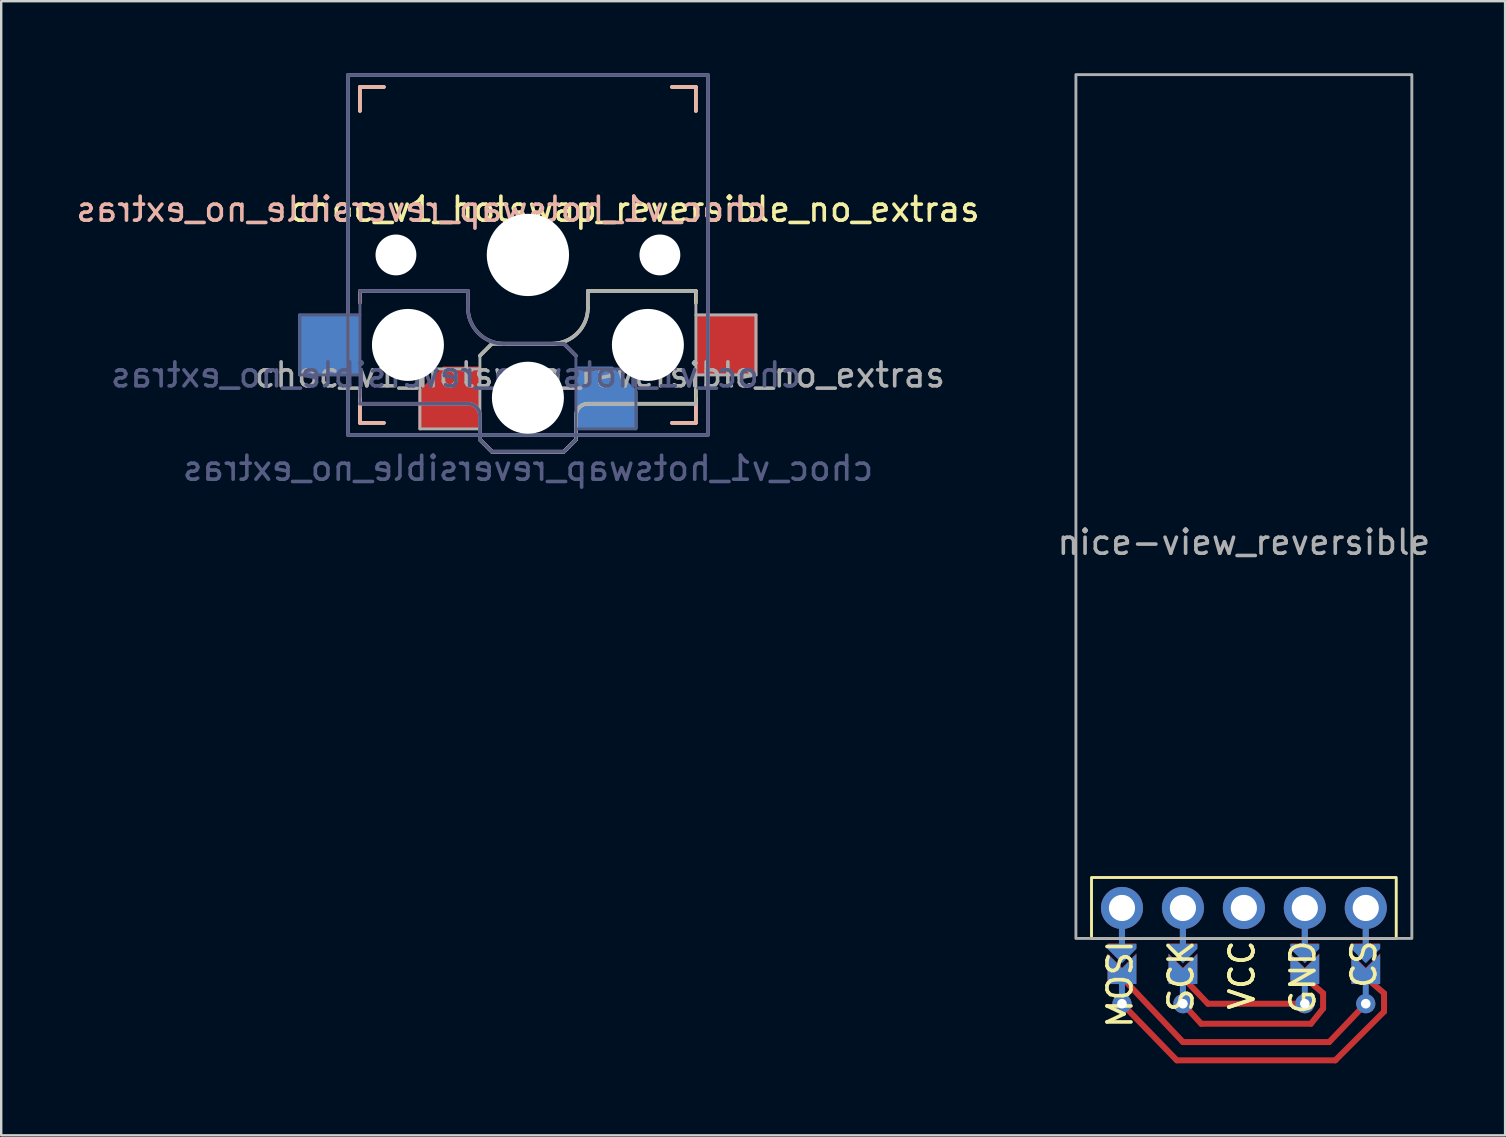
<source format=kicad_pcb>
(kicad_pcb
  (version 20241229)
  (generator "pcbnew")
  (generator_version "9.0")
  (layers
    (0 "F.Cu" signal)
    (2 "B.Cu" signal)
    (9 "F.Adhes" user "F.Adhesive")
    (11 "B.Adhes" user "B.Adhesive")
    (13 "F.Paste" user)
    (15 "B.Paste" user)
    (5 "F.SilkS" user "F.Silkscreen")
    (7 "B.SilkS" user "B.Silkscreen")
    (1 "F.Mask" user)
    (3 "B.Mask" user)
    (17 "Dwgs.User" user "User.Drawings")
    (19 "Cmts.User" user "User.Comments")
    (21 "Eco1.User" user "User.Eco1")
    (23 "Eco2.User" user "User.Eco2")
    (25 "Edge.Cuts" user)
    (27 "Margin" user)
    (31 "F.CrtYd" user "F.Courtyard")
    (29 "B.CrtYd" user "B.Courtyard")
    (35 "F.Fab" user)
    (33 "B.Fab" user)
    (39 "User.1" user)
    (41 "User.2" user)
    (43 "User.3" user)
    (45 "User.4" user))
  (footprint "choc_v1_hotswap_reversible_no_extras"
    (layer "F.Cu")
    (at 18.951 7.575)
    (property "Reference" "choc_v1_hotswap_reversible_no_extras" (at 4.445 -1.905 0) (layer "F.SilkS") (effects (font (size 1 1) (thickness 0.15))))
    (property "Value" "choc_v1_hotswap_reversible_no_extras" (at 0 8.89 0) (layer "F.Fab") (hide yes) (effects (font (size 1 1) (thickness 0.15))))
    (attr smd)
    (fp_line (start -7 -7) (end -6 -7) (stroke (width 0.15) (type solid)) (layer "F.SilkS"))
    (fp_line (start -7 -6) (end -7 -7) (stroke (width 0.15) (type solid)) (layer "F.SilkS"))
    (fp_line (start -7 7) (end -7 6) (stroke (width 0.15) (type solid)) (layer "F.SilkS"))
    (fp_line (start -6 7) (end -7 7) (stroke (width 0.15) (type solid)) (layer "F.SilkS"))
    (fp_line (start -2 4.2) (end -1.5 3.7) (stroke (width 0.15) (type solid)) (layer "F.SilkS"))
    (fp_line (start -2 7.7) (end -1.5 8.2) (stroke (width 0.15) (type solid)) (layer "F.SilkS"))
    (fp_line (start -1.5 3.7) (end 1 3.7) (stroke (width 0.15) (type solid)) (layer "F.SilkS"))
    (fp_line (start -1.5 8.2) (end 1.5 8.2) (stroke (width 0.15) (type solid)) (layer "F.SilkS"))
    (fp_line (start 1.5 8.2) (end 2 7.7) (stroke (width 0.15) (type solid)) (layer "F.SilkS"))
    (fp_line (start 2 6.7) (end 2 7.7) (stroke (width 0.15) (type solid)) (layer "F.SilkS"))
    (fp_line (start 2.5 1.5) (end 7 1.5) (stroke (width 0.15) (type solid)) (layer "F.SilkS"))
    (fp_line (start 2.5 2.2) (end 2.5 1.5) (stroke (width 0.15) (type solid)) (layer "F.SilkS"))
    (fp_line (start 6 -7) (end 7 -7) (stroke (width 0.15) (type solid)) (layer "F.SilkS"))
    (fp_line (start 7 -7) (end 7 -6) (stroke (width 0.15) (type solid)) (layer "F.SilkS"))
    (fp_line (start 7 1.5) (end 7 2) (stroke (width 0.15) (type solid)) (layer "F.SilkS"))
    (fp_line (start 7 5.6) (end 7 6.2) (stroke (width 0.15) (type solid)) (layer "F.SilkS"))
    (fp_line (start 7 6) (end 7 7) (stroke (width 0.15) (type solid)) (layer "F.SilkS"))
    (fp_line (start 7 6.2) (end 2.5 6.2) (stroke (width 0.15) (type solid)) (layer "F.SilkS"))
    (fp_line (start 7 7) (end 6 7) (stroke (width 0.15) (type solid)) (layer "F.SilkS"))
    (fp_arc (start 2 6.7) (mid 2.146447 6.346447) (end 2.5 6.2) (stroke (width 0.15) (type solid)) (layer "F.SilkS"))
    (fp_arc (start 2.5 2.2) (mid 2.06066 3.26066) (end 1 3.7) (stroke (width 0.15) (type solid)) (layer "F.SilkS"))
    (fp_line (start -7 -7) (end -6 -7) (stroke (width 0.15) (type solid)) (layer "B.SilkS"))
    (fp_line (start -7 -6) (end -7 -7) (stroke (width 0.15) (type solid)) (layer "B.SilkS"))
    (fp_line (start -7 1.5) (end -7 2) (stroke (width 0.15) (type solid)) (layer "B.SilkS"))
    (fp_line (start -7 5.6) (end -7 6.2) (stroke (width 0.15) (type solid)) (layer "B.SilkS"))
    (fp_line (start -7 6.2) (end -2.5 6.2) (stroke (width 0.15) (type solid)) (layer "B.SilkS"))
    (fp_line (start -7 7) (end -7 6) (stroke (width 0.15) (type solid)) (layer "B.SilkS"))
    (fp_line (start -6 7) (end -7 7) (stroke (width 0.15) (type solid)) (layer "B.SilkS"))
    (fp_line (start -2.5 1.5) (end -7 1.5) (stroke (width 0.15) (type solid)) (layer "B.SilkS"))
    (fp_line (start -2.5 2.2) (end -2.5 1.5) (stroke (width 0.15) (type solid)) (layer "B.SilkS"))
    (fp_line (start -2 6.7) (end -2 7.7) (stroke (width 0.15) (type solid)) (layer "B.SilkS"))
    (fp_line (start -1.5 8.2) (end -2 7.7) (stroke (width 0.15) (type solid)) (layer "B.SilkS"))
    (fp_line (start 1.5 3.7) (end -1 3.7) (stroke (width 0.15) (type solid)) (layer "B.SilkS"))
    (fp_line (start 1.5 8.2) (end -1.5 8.2) (stroke (width 0.15) (type solid)) (layer "B.SilkS"))
    (fp_line (start 2 4.2) (end 1.5 3.7) (stroke (width 0.15) (type solid)) (layer "B.SilkS"))
    (fp_line (start 2 7.7) (end 1.5 8.2) (stroke (width 0.15) (type solid)) (layer "B.SilkS"))
    (fp_line (start 6 -7) (end 7 -7) (stroke (width 0.15) (type solid)) (layer "B.SilkS"))
    (fp_line (start 7 -7) (end 7 -6) (stroke (width 0.15) (type solid)) (layer "B.SilkS"))
    (fp_line (start 7 6) (end 7 7) (stroke (width 0.15) (type solid)) (layer "B.SilkS"))
    (fp_line (start 7 7) (end 6 7) (stroke (width 0.15) (type solid)) (layer "B.SilkS"))
    (fp_arc (start -2.5 6.2) (mid -2.146447 6.346447) (end -2 6.7) (stroke (width 0.15) (type solid)) (layer "B.SilkS"))
    (fp_arc (start -1 3.7) (mid -2.06066 3.26066) (end -2.5 2.2) (stroke (width 0.15) (type solid)) (layer "B.SilkS"))
    (fp_line (start -6.9 6.9) (end -6.9 -6.9) (stroke (width 0.15) (type solid)) (layer "Eco2.User"))
    (fp_line (start -6.9 6.9) (end 6.9 6.9) (stroke (width 0.15) (type solid)) (layer "Eco2.User"))
    (fp_line (start 6.9 -6.9) (end -6.9 -6.9) (stroke (width 0.15) (type solid)) (layer "Eco2.User"))
    (fp_line (start 6.9 -6.9) (end 6.9 6.9) (stroke (width 0.15) (type solid)) (layer "Eco2.User"))
    (fp_line (start -9.5 2.5) (end -7 2.5) (stroke (width 0.12) (type solid)) (layer "B.Fab"))
    (fp_line (start -9.5 5) (end -9.5 2.5) (stroke (width 0.12) (type solid)) (layer "B.Fab"))
    (fp_line (start -7.5 -7.5) (end 7.5 -7.5) (stroke (width 0.15) (type solid)) (layer "B.Fab"))
    (fp_line (start -7.5 7.5) (end -7.5 -7.5) (stroke (width 0.15) (type solid)) (layer "B.Fab"))
    (fp_line (start -7 1.5) (end -7 6.2) (stroke (width 0.12) (type solid)) (layer "B.Fab"))
    (fp_line (start -7 5) (end -9.5 5) (stroke (width 0.12) (type solid)) (layer "B.Fab"))
    (fp_line (start -7 6.2) (end -2.5 6.2) (stroke (width 0.15) (type solid)) (layer "B.Fab"))
    (fp_line (start -2.5 1.5) (end -7 1.5) (stroke (width 0.15) (type solid)) (layer "B.Fab"))
    (fp_line (start -2.5 2.2) (end -2.5 1.5) (stroke (width 0.15) (type solid)) (layer "B.Fab"))
    (fp_line (start -2 6.7) (end -2 7.7) (stroke (width 0.15) (type solid)) (layer "B.Fab"))
    (fp_line (start -1.5 8.2) (end -2 7.7) (stroke (width 0.15) (type solid)) (layer "B.Fab"))
    (fp_line (start 1.5 3.7) (end -1 3.7) (stroke (width 0.15) (type solid)) (layer "B.Fab"))
    (fp_line (start 1.5 8.2) (end -1.5 8.2) (stroke (width 0.15) (type solid)) (layer "B.Fab"))
    (fp_line (start 2 4.2) (end 1.5 3.7) (stroke (width 0.15) (type solid)) (layer "B.Fab"))
    (fp_line (start 2 4.25) (end 2 7.7) (stroke (width 0.12) (type solid)) (layer "B.Fab"))
    (fp_line (start 2 4.75) (end 4.5 4.75) (stroke (width 0.12) (type solid)) (layer "B.Fab"))
    (fp_line (start 2 7.7) (end 1.5 8.2) (stroke (width 0.15) (type solid)) (layer "B.Fab"))
    (fp_line (start 4.5 4.75) (end 4.5 7.25) (stroke (width 0.12) (type solid)) (layer "B.Fab"))
    (fp_line (start 4.5 7.25) (end 2 7.25) (stroke (width 0.12) (type solid)) (layer "B.Fab"))
    (fp_line (start 7.5 -7.5) (end 7.5 7.5) (stroke (width 0.15) (type solid)) (layer "B.Fab"))
    (fp_line (start 7.5 7.5) (end -7.5 7.5) (stroke (width 0.15) (type solid)) (layer "B.Fab"))
    (fp_arc (start -2.5 6.2) (mid -2.146447 6.346447) (end -2 6.7) (stroke (width 0.15) (type solid)) (layer "B.Fab"))
    (fp_arc (start -1 3.7) (mid -2.06066 3.26066) (end -2.5 2.2) (stroke (width 0.15) (type solid)) (layer "B.Fab"))
    (fp_line (start -7.5 -7.5) (end 7.5 -7.5) (stroke (width 0.15) (type solid)) (layer "F.Fab"))
    (fp_line (start -7.5 7.5) (end -7.5 -7.5) (stroke (width 0.15) (type solid)) (layer "F.Fab"))
    (fp_line (start -4.5 4.75) (end -4.5 7.25) (stroke (width 0.12) (type solid)) (layer "F.Fab"))
    (fp_line (start -4.5 7.25) (end -2 7.25) (stroke (width 0.12) (type solid)) (layer "F.Fab"))
    (fp_line (start -2 4.2) (end -1.5 3.7) (stroke (width 0.15) (type solid)) (layer "F.Fab"))
    (fp_line (start -2 4.25) (end -2 7.7) (stroke (width 0.12) (type solid)) (layer "F.Fab"))
    (fp_line (start -2 4.75) (end -4.5 4.75) (stroke (width 0.12) (type solid)) (layer "F.Fab"))
    (fp_line (start -2 7.7) (end -1.5 8.2) (stroke (width 0.15) (type solid)) (layer "F.Fab"))
    (fp_line (start -1.5 3.7) (end 1 3.7) (stroke (width 0.15) (type solid)) (layer "F.Fab"))
    (fp_line (start -1.5 8.2) (end 1.5 8.2) (stroke (width 0.15) (type solid)) (layer "F.Fab"))
    (fp_line (start 1.5 8.2) (end 2 7.7) (stroke (width 0.15) (type solid)) (layer "F.Fab"))
    (fp_line (start 2 6.7) (end 2 7.7) (stroke (width 0.15) (type solid)) (layer "F.Fab"))
    (fp_line (start 2.5 1.5) (end 7 1.5) (stroke (width 0.15) (type solid)) (layer "F.Fab"))
    (fp_line (start 2.5 2.2) (end 2.5 1.5) (stroke (width 0.15) (type solid)) (layer "F.Fab"))
    (fp_line (start 7 1.5) (end 7 6.2) (stroke (width 0.12) (type solid)) (layer "F.Fab"))
    (fp_line (start 7 5) (end 9.5 5) (stroke (width 0.12) (type solid)) (layer "F.Fab"))
    (fp_line (start 7 6.2) (end 2.5 6.2) (stroke (width 0.15) (type solid)) (layer "F.Fab"))
    (fp_line (start 7.5 -7.5) (end 7.5 7.5) (stroke (width 0.15) (type solid)) (layer "F.Fab"))
    (fp_line (start 7.5 7.5) (end -7.5 7.5) (stroke (width 0.15) (type solid)) (layer "F.Fab"))
    (fp_line (start 9.5 2.5) (end 7 2.5) (stroke (width 0.12) (type solid)) (layer "F.Fab"))
    (fp_line (start 9.5 5) (end 9.5 2.5) (stroke (width 0.12) (type solid)) (layer "F.Fab"))
    (fp_arc (start 2 6.7) (mid 2.146447 6.346447) (end 2.5 6.2) (stroke (width 0.15) (type solid)) (layer "F.Fab"))
    (fp_arc (start 2.5 2.2) (mid 2.06066 3.26066) (end 1 3.7) (stroke (width 0.15) (type solid)) (layer "F.Fab"))
    (fp_text user "${REFERENCE}" (at -4.445 -1.905 0) (layer "B.SilkS") (effects (font (size 1 1) (thickness 0.15)) (justify mirror)))
    (fp_text user "${VALUE}" (at 0 8.89 0) (layer "B.Fab") (effects (font (size 1 1) (thickness 0.15)) (justify mirror)))
    (fp_text user "${REFERENCE}" (at -3 5 0) (layer "B.Fab") (effects (font (size 1 1) (thickness 0.15)) (justify mirror)))
    (fp_text user "${REFERENCE}" (at 3 5 180) (layer "F.Fab") (effects (font (size 1 1) (thickness 0.15))))
    (pad "" np_thru_hole circle (at -5.5 0) (size 1.702 1.702) (drill 1.702) (layers "*.Cu" "*.Mask"))
    (pad "" np_thru_hole circle (at -5 3.75) (size 3 3) (drill 3) (layers "*.Cu" "*.Mask"))
    (pad "" np_thru_hole circle (at 0 0) (size 3.429 3.429) (drill 3.429) (layers "*.Cu" "*.Mask"))
    (pad "" np_thru_hole circle (at 0 5.95) (size 3 3) (drill 3) (layers "*.Cu" "*.Mask"))
    (pad "" np_thru_hole circle (at 5 3.75) (size 3 3) (drill 3) (layers "*.Cu" "*.Mask"))
    (pad "" np_thru_hole circle (at 5.5 0) (size 1.702 1.702) (drill 1.702) (layers "*.Cu" "*.Mask"))
    (pad "1" smd roundrect (at -3.275 5.95) (size 2.6 2.6) (layers "F.Cu" "F.Mask" "F.Paste") (roundrect_rratio 0) (chamfer_ratio 0.4) (chamfer top_left))
    (pad "1" smd roundrect (at 3.275 5.95) (size 2.6 2.6) (layers "B.Cu" "B.Mask" "B.Paste") (roundrect_rratio 0) (chamfer_ratio 0.4) (chamfer top_right))
    (pad "2" smd rect (at -8.275 3.75) (size 2.6 2.6) (layers "B.Cu" "B.Mask" "B.Paste"))
    (pad "2" smd rect (at 8.275 3.75) (size 2.6 2.6) (layers "F.Cu" "F.Mask" "F.Paste")))
  (footprint "nice-view_reversible"
    (layer "F.Cu")
    (at 48.789 18.28)
    (property "Reference" "nice-view_reversible" (at 0 1.27 0) (unlocked yes) (layer "F.Fab") (effects (font (size 1 1) (thickness 0.15))))
    (attr through_hole)
    (fp_line (start -5.08 16.611) (end -5.08 18.389) (stroke (width 0.25) (type default)) (layer "F.Cu"))
    (fp_line (start -5.08 19.405) (end -2.54 22.098) (stroke (width 0.25) (type default)) (layer "F.Cu"))
    (fp_line (start -5.08 20.5) (end -2.794 22.86) (stroke (width 0.25) (type default)) (layer "F.Cu"))
    (fp_line (start -2.794 22.86) (end 3.81 22.86) (stroke (width 0.25) (type default)) (layer "F.Cu"))
    (fp_line (start -2.54 16.611) (end -2.54 18.389) (stroke (width 0.254) (type default)) (layer "F.Cu"))
    (fp_line (start -2.54 19.405) (end -1.5 20.5) (stroke (width 0.25) (type default)) (layer "F.Cu"))
    (fp_line (start -2.54 22.098) (end 3.556 22.098) (stroke (width 0.25) (type default)) (layer "F.Cu"))
    (fp_line (start -1.778 21.336) (end -2.54 20.5) (stroke (width 0.25) (type default)) (layer "F.Cu"))
    (fp_line (start -1.5 20.5) (end 2.54 20.5) (stroke (width 0.25) (type default)) (layer "F.Cu"))
    (fp_line (start 2.54 16.611) (end 2.54 18.389) (stroke (width 0.254) (type default)) (layer "F.Cu"))
    (fp_line (start 2.54 19.405) (end 3.302 20.066) (stroke (width 0.25) (type default)) (layer "F.Cu"))
    (fp_line (start 2.794 21.336) (end -1.778 21.336) (stroke (width 0.25) (type default)) (layer "F.Cu"))
    (fp_line (start 2.794 21.336) (end 3.302 20.701) (stroke (width 0.25) (type default)) (layer "F.Cu"))
    (fp_line (start 3.302 20.066) (end 3.302 20.701) (stroke (width 0.25) (type default)) (layer "F.Cu"))
    (fp_line (start 3.556 22.098) (end 5.08 20.5) (stroke (width 0.25) (type default)) (layer "F.Cu"))
    (fp_line (start 3.81 22.86) (end 5.842 20.828) (stroke (width 0.25) (type default)) (layer "F.Cu"))
    (fp_line (start 5.08 16.611) (end 5.08 18.389) (stroke (width 0.254) (type default)) (layer "F.Cu"))
    (fp_line (start 5.842 20.066) (end 5.08 19.405) (stroke (width 0.25) (type default)) (layer "F.Cu"))
    (fp_line (start 5.842 20.828) (end 5.842 20.066) (stroke (width 0.25) (type default)) (layer "F.Cu"))
    (fp_poly (pts (xy -4.572 19.151) (xy -5.588 19.151) (xy -5.588 18.135) (xy -4.572 18.135)) (stroke (width 0.2) (type solid)) (fill yes) (layer "F.Mask"))
    (fp_poly (pts (xy -2.032 19.151) (xy -3.048 19.151) (xy -3.048 18.135) (xy -2.032 18.135)) (stroke (width 0.2) (type solid)) (fill yes) (layer "F.Mask"))
    (fp_poly (pts (xy 3.048 19.151) (xy 2.032 19.151) (xy 2.032 18.135) (xy 3.048 18.135)) (stroke (width 0.2) (type solid)) (fill yes) (layer "F.Mask"))
    (fp_poly (pts (xy 5.588 19.151) (xy 4.572 19.151) (xy 4.572 18.135) (xy 5.588 18.135)) (stroke (width 0.2) (type solid)) (fill yes) (layer "F.Mask"))
    (fp_line (start -5.08 16.637) (end -5.08 18.415) (stroke (width 0.254) (type default)) (layer "B.Cu"))
    (fp_line (start -5.08 19.431) (end -5.08 20.526) (stroke (width 0.25) (type default)) (layer "B.Cu"))
    (fp_line (start -2.54 16.637) (end -2.54 18.415) (stroke (width 0.254) (type default)) (layer "B.Cu"))
    (fp_line (start -2.54 20.447) (end -2.54 19.177) (stroke (width 0.254) (type default)) (layer "B.Cu"))
    (fp_line (start 2.54 16.637) (end 2.54 18.415) (stroke (width 0.254) (type default)) (layer "B.Cu"))
    (fp_line (start 2.54 19.431) (end 2.54 20.526) (stroke (width 0.25) (type default)) (layer "B.Cu"))
    (fp_line (start 5.08 16.637) (end 5.08 18.415) (stroke (width 0.254) (type default)) (layer "B.Cu"))
    (fp_line (start 5.08 19.431) (end 5.08 20.526) (stroke (width 0.25) (type default)) (layer "B.Cu"))
    (fp_poly (pts (xy -4.572 19.151) (xy -5.588 19.151) (xy -5.588 18.135) (xy -4.572 18.135)) (stroke (width 0.2) (type solid)) (fill yes) (layer "B.Mask"))
    (fp_poly (pts (xy -2.032 19.151) (xy -3.048 19.151) (xy -3.048 18.135) (xy -2.032 18.135)) (stroke (width 0.2) (type solid)) (fill yes) (layer "B.Mask"))
    (fp_poly (pts (xy 3.048 19.151) (xy 2.032 19.151) (xy 2.032 18.135) (xy 3.048 18.135)) (stroke (width 0.2) (type solid)) (fill yes) (layer "B.Mask"))
    (fp_poly (pts (xy 5.588 19.151) (xy 4.572 19.151) (xy 4.572 18.135) (xy 5.588 18.135)) (stroke (width 0.2) (type solid)) (fill yes) (layer "B.Mask"))
    (fp_rect (start -6.35 15.24) (end 6.35 17.78) (stroke (width 0.12) (type solid)) (fill no) (layer "F.SilkS"))
    (fp_rect (start 7 17.78) (end -7 -18.22) (stroke (width 0.12) (type solid)) (fill no) (layer "F.Fab"))
    (fp_text user "GND" (at 2.46 17.78 90) (unlocked yes) (layer "F.SilkS") (effects (font (size 1 1) (thickness 0.15)) (justify right)))
    (fp_text user "SCK" (at -2.62 17.78 90) (unlocked yes) (layer "F.SilkS") (effects (font (size 1 1) (thickness 0.15)) (justify right)))
    (fp_text user "VCC" (at -0.08 17.78 90) (unlocked yes) (layer "F.SilkS") (effects (font (size 1 1) (thickness 0.15)) (justify right)))
    (fp_text user "MOSI" (at -5.16 17.78 90) (unlocked yes) (layer "F.SilkS") (effects (font (size 1 1) (thickness 0.15)) (justify right)))
    (fp_text user "VCC" (at -0.08 17.78 90) (unlocked yes) (layer "F.SilkS") (effects (font (size 1 1) (thickness 0.15)) (justify right)))
    (fp_text user "CS" (at 5 17.78 90) (unlocked yes) (layer "F.SilkS") (effects (font (size 1 1) (thickness 0.15)) (justify right)))
    (pad "1" thru_hole circle (at -5.08 16.51) (size 1.753 1.753) (drill 1.092) (layers "*.Cu" "*.Mask"))
    (pad "1" smd custom (at -5.08 18.389) (size 0.1 0.1) (layers "F.Cu" "B.Mask") (options (anchor rect)) (primitives (gr_poly (pts (xy 0.6 -0.4) (xy -0.6 -0.4) (xy -0.6 -0.2) (xy 0 0.4) (xy 0.6 -0.2)) (width 0) (fill yes))))
    (pad "1" smd custom (at -5.08 18.415) (size 0.1 0.1) (layers "F.Mask" "B.Cu") (options (anchor rect)) (primitives (gr_poly (pts (xy 0.6 -0.4) (xy -0.6 -0.4) (xy -0.6 -0.2) (xy 0 0.4) (xy 0.6 -0.2)) (width 0) (fill yes))))
    (pad "1" smd custom (at -5.08 19.431) (size 1.2 0.5) (layers "F.Mask" "B.Cu") (options (anchor rect)) (primitives (gr_poly (pts (xy 0.6 0) (xy -0.6 0) (xy -0.6 -1) (xy 0 -0.4) (xy 0.6 -1)) (width 0) (fill yes))))
    (pad "1" thru_hole circle (at -5.08 20.5 180) (size 0.8 0.8) (drill 0.4) (layers "*.Cu"))
    (pad "1" smd custom (at 5.08 19.405) (size 1.2 0.5) (layers "F.Cu" "B.Mask") (options (anchor rect)) (primitives (gr_poly (pts (xy 0.6 0) (xy -0.6 0) (xy -0.6 -1) (xy 0 -0.4) (xy 0.6 -1)) (width 0) (fill yes))))
    (pad "2" thru_hole circle (at -2.54 16.51) (size 1.753 1.753) (drill 1.092) (layers "*.Cu" "*.Mask"))
    (pad "2" smd custom (at -2.54 18.389) (size 0.1 0.1) (layers "F.Cu" "F.Mask") (options (anchor rect)) (primitives (gr_poly (pts (xy -0.6 -0.4) (xy 0.6 -0.4) (xy 0.6 -0.2) (xy 0 0.4) (xy -0.6 -0.2)) (width 0) (fill yes))))
    (pad "2" smd custom (at -2.54 18.415) (size 0.1 0.1) (layers "F.Mask" "B.Cu") (options (anchor rect)) (primitives (gr_poly (pts (xy 0.6 -0.4) (xy -0.6 -0.4) (xy -0.6 -0.2) (xy 0 0.4) (xy 0.6 -0.2)) (width 0) (fill yes))))
    (pad "2" smd custom (at -2.54 19.431) (size 1.2 0.5) (layers "F.Mask" "B.Cu") (options (anchor rect)) (primitives (gr_poly (pts (xy 0.6 0) (xy -0.6 0) (xy -0.6 -1) (xy 0 -0.4) (xy 0.6 -1)) (width 0) (fill yes))))
    (pad "2" thru_hole circle (at -2.54 20.5 180) (size 0.8 0.8) (drill 0.4) (layers "*.Cu"))
    (pad "2" smd custom (at 2.54 19.405) (size 1.2 0.5) (layers "F.Cu" "B.Mask") (options (anchor rect)) (primitives (gr_poly (pts (xy 0.6 0) (xy -0.6 0) (xy -0.6 -1) (xy 0 -0.4) (xy 0.6 -1)) (width 0) (fill yes))))
    (pad "3" thru_hole circle (at 0 16.51) (size 1.753 1.753) (drill 1.092) (layers "*.Cu" "*.Mask"))
    (pad "4" smd custom (at -2.54 19.405) (size 1.2 0.5) (layers "F.Cu" "B.Mask") (options (anchor rect)) (primitives (gr_poly (pts (xy 0.6 0) (xy -0.6 0) (xy -0.6 -1) (xy 0 -0.4) (xy 0.6 -1)) (width 0) (fill yes))))
    (pad "4" thru_hole circle (at 2.54 16.51) (size 1.753 1.753) (drill 1.092) (layers "*.Cu" "*.Mask"))
    (pad "4" smd custom (at 2.54 18.389) (size 0.1 0.1) (layers "F.Cu" "B.Mask") (options (anchor rect)) (primitives (gr_poly (pts (xy 0.6 -0.4) (xy -0.6 -0.4) (xy -0.6 -0.2) (xy 0 0.4) (xy 0.6 -0.2)) (width 0) (fill yes))))
    (pad "4" smd custom (at 2.54 18.415) (size 0.1 0.1) (layers "F.Mask" "B.Cu") (options (anchor rect)) (primitives (gr_poly (pts (xy 0.6 -0.4) (xy -0.6 -0.4) (xy -0.6 -0.2) (xy 0 0.4) (xy 0.6 -0.2)) (width 0) (fill yes))))
    (pad "4" smd custom (at 2.54 19.431) (size 1.2 0.5) (layers "F.Mask" "B.Cu") (options (anchor rect)) (primitives (gr_poly (pts (xy 0.6 0) (xy -0.6 0) (xy -0.6 -1) (xy 0 -0.4) (xy 0.6 -1)) (width 0) (fill yes))))
    (pad "4" thru_hole circle (at 2.54 20.5 180) (size 0.8 0.8) (drill 0.4) (layers "*.Cu"))
    (pad "5" smd custom (at -5.08 19.405) (size 1.2 0.5) (layers "F.Cu" "B.Mask") (options (anchor rect)) (primitives (gr_poly (pts (xy 0.6 0) (xy -0.6 0) (xy -0.6 -1) (xy 0 -0.4) (xy 0.6 -1)) (width 0) (fill yes))))
    (pad "5" thru_hole circle (at 5.08 16.51) (size 1.753 1.753) (drill 1.092) (layers "*.Cu" "*.Mask"))
    (pad "5" smd custom (at 5.08 18.389) (size 0.1 0.1) (layers "F.Cu" "B.Mask") (options (anchor rect)) (primitives (gr_poly (pts (xy 0.6 -0.4) (xy -0.6 -0.4) (xy -0.6 -0.2) (xy 0 0.4) (xy 0.6 -0.2)) (width 0) (fill yes))))
    (pad "5" smd custom (at 5.08 18.415) (size 0.1 0.1) (layers "F.Mask" "B.Cu") (options (anchor rect)) (primitives (gr_poly (pts (xy 0.6 -0.4) (xy -0.6 -0.4) (xy -0.6 -0.2) (xy 0 0.4) (xy 0.6 -0.2)) (width 0) (fill yes))))
    (pad "5" smd custom (at 5.08 19.431) (size 1.2 0.5) (layers "F.Mask" "B.Cu") (options (anchor rect)) (primitives (gr_poly (pts (xy 0.6 0) (xy -0.6 0) (xy -0.6 -1) (xy 0 -0.4) (xy 0.6 -1)) (width 0) (fill yes))))
    (pad "5" thru_hole circle (at 5.08 20.5 180) (size 0.8 0.8) (drill 0.4) (layers "*.Cu")))
  (gr_rect
    (start -3 -3)
    (end 59.676 44.265)
    (stroke (width 0.1) (type default))
    (fill no)
    (layer "Edge.Cuts")))
</source>
